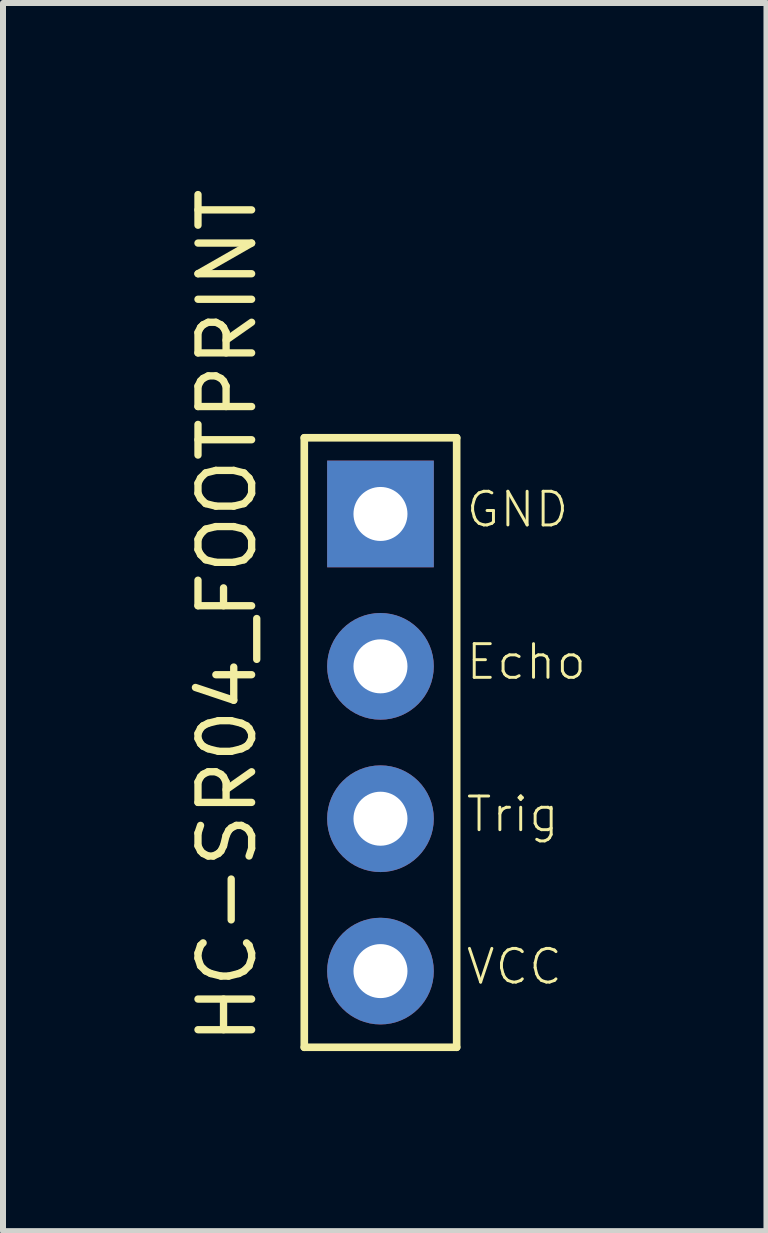
<source format=kicad_pcb>
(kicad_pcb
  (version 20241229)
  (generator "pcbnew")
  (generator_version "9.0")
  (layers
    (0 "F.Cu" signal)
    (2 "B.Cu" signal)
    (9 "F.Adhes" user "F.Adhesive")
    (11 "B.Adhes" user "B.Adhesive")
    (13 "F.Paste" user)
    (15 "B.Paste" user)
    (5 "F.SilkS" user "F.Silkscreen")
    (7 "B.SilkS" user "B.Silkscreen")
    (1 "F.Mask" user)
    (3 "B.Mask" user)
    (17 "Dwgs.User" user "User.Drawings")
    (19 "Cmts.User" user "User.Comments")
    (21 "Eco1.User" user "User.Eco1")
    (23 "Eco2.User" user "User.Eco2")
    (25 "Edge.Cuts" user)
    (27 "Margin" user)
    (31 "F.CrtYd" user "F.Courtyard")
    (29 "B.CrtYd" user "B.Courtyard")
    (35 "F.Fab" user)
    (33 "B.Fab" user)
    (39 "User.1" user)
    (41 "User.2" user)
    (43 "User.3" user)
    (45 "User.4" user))
  (footprint "HC-SR04_FOOTPRINT"
    (layer "F.Cu")
    (at 3.292 9.327)
    (property "Reference" "HC-SR04_FOOTPRINT" (at -2.032 5.08 90) (unlocked yes) (layer "F.SilkS") (effects (font (size 0.894 0.894) (thickness 0.122)) (justify left bottom)))
    (fp_line (start -1.27 -5.08) (end -1.27 5.08) (stroke (width 0.127) (type solid)) (layer "F.SilkS"))
    (fp_line (start -1.27 5.08) (end 1.27 5.08) (stroke (width 0.127) (type solid)) (layer "F.SilkS"))
    (fp_line (start 1.27 -5.08) (end -1.27 -5.08) (stroke (width 0.127) (type solid)) (layer "F.SilkS"))
    (fp_line (start 1.27 5.08) (end 1.27 -5.08) (stroke (width 0.127) (type solid)) (layer "F.SilkS"))
    (fp_text user "Trig" (at 1.397 1.524 0) (unlocked yes) (layer "F.SilkS") (effects (font (size 0.561 0.561) (thickness 0.049)) (justify left bottom)))
    (fp_text user "Echo" (at 1.397 -1.016 0) (unlocked yes) (layer "F.SilkS") (effects (font (size 0.561 0.561) (thickness 0.049)) (justify left bottom)))
    (fp_text user "GND" (at 1.397 -3.556 0) (unlocked yes) (layer "F.SilkS") (effects (font (size 0.561 0.561) (thickness 0.049)) (justify left bottom)))
    (fp_text user "VCC" (at 1.397 4.064 0) (unlocked yes) (layer "F.SilkS") (effects (font (size 0.561 0.561) (thickness 0.049)) (justify left bottom)))
    (pad "ECHO" thru_hole circle (at 0 -1.27) (size 1.778 1.778) (drill 0.9) (layers "*.Cu" "*.Mask"))
    (pad "GND" thru_hole rect (at 0 -3.81) (size 1.778 1.778) (drill 0.9) (layers "*.Cu" "*.Mask"))
    (pad "TRIG" thru_hole circle (at 0 1.27) (size 1.778 1.778) (drill 0.9) (layers "*.Cu" "*.Mask"))
    (pad "VCC" thru_hole circle (at 0 3.81) (size 1.778 1.778) (drill 0.9) (layers "*.Cu" "*.Mask")))
  (gr_rect
    (start -3 -3)
    (end 9.726 17.471)
    (stroke (width 0.1) (type default))
    (fill no)
    (layer "Edge.Cuts")))
</source>
